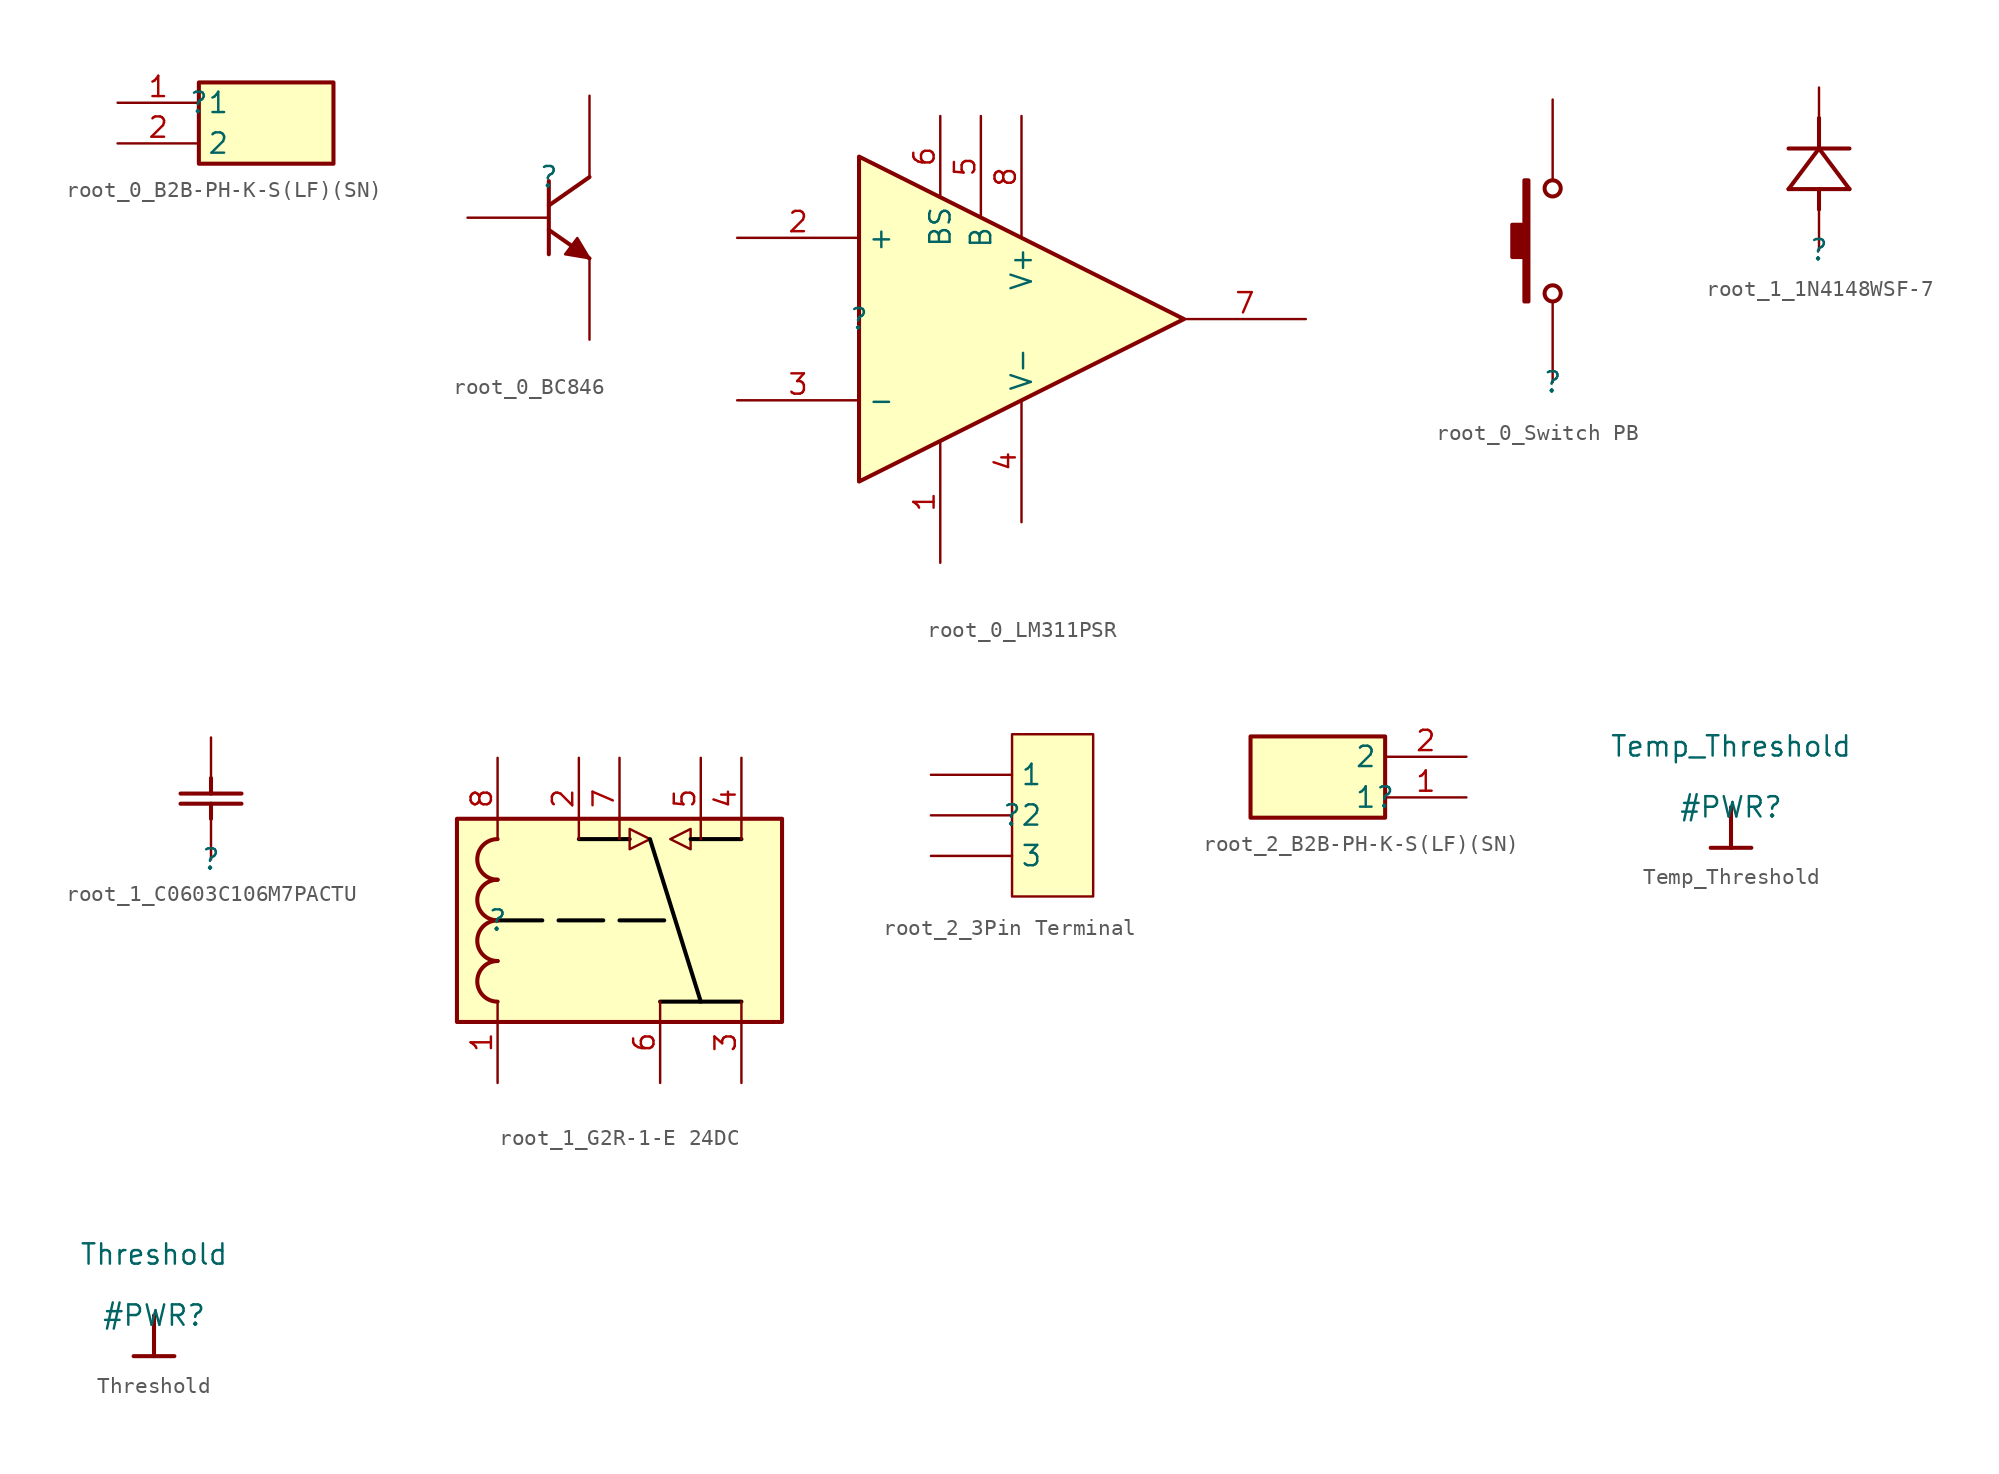
<source format=kicad_sym>
(kicad_symbol_lib
  (version 20220914)
  (generator kicad_symbol_editor)
  (symbol "root_0_B2B-PH-K-S(LF)(SN)"
    (property "Reference" ""
      (at 0 0 0)
      (effects (font (size 1.27 1.27))))
    (property "Value" ""
      (at 0 0 0)
      (effects (font (size 1.27 1.27))))
    (symbol "root_0_B2B-PH-K-S(LF)(SN)_1_0"
      (rectangle (start 8.414 1.27) (end 0 -3.81) (stroke (width 0.254) (type solid)) (fill (type background)))
      (pin passive line (at -5.08 0 0) (length 5.08) (name "1" (effects (font (size 1.27 1.27)))) (number "1" (effects (font (size 1.27 1.27)))))
      (pin passive line (at -5.08 -2.54 0) (length 5.08) (name "2" (effects (font (size 1.27 1.27)))) (number "2" (effects (font (size 1.27 1.27)))))))
  (symbol "root_0_BC846"
    (property "Reference" ""
      (at 0 0 0)
      (effects (font (size 1.27 1.27))))
    (property "Value" ""
      (at 0 0 0)
      (effects (font (size 1.27 1.27))))
    (symbol "root_0_BC846_1_0"
      (polyline (pts (xy 0 -3.302) (xy 2.54 -5.08)) (stroke (width 0.254) (type solid)) (fill (type none)))
      (polyline (pts (xy 0 -0.254) (xy 0 -4.826)) (stroke (width 0.254) (type solid)) (fill (type none)))
      (polyline (pts (xy 2.54 0) (xy 0 -1.778)) (stroke (width 0.254) (type solid)) (fill (type none)))
      (polyline (pts (xy 2.54 -5.08) (xy 1.778 -3.81) (xy 1.016 -4.826) (xy 2.54 -5.08)) (stroke (width 0) (type solid)) (fill (type outline)))
      (pin passive line (at -5.08 -2.54 0) (length 5.08) (name "B" (effects (font (size 0 0)))) (number "1" (effects (font (size 0 0)))))
      (pin passive line (at 2.54 -10.16 90) (length 5.08) (name "E" (effects (font (size 0 0)))) (number "2" (effects (font (size 0 0)))))
      (pin passive line (at 2.54 5.08 270) (length 5.08) (name "C" (effects (font (size 0 0)))) (number "3" (effects (font (size 0 0)))))))
  (symbol "root_0_LM311PSR"
    (property "Reference" ""
      (at 0 0 0)
      (effects (font (size 1.27 1.27))))
    (property "Value" ""
      (at 0 0 0)
      (effects (font (size 1.27 1.27))))
    (symbol "root_0_LM311PSR_1_0"
      (polyline (pts (xy 0 10.16) (xy 0 -10.16) (xy 20.32 0) (xy 0 10.16)) (stroke (width 0.254) (type solid)) (fill (type background)))
      (pin power_in line (at 5.08 -15.24 90) (length 7.62) (name "EMITOUT" (effects (font (size 0 0)))) (number "1" (effects (font (size 1.27 1.27)))))
      (pin input line (at -7.62 5.08 0) (length 7.62) (name "+" (effects (font (size 1.27 1.27)))) (number "2" (effects (font (size 1.27 1.27)))))
      (pin input line (at -7.62 -5.08 0) (length 7.62) (name "-" (effects (font (size 1.27 1.27)))) (number "3" (effects (font (size 1.27 1.27)))))
      (pin power_in line (at 10.16 -12.7 90) (length 7.62) (name "V-" (effects (font (size 1.27 1.27)))) (number "4" (effects (font (size 1.27 1.27)))))
      (pin passive line (at 7.62 12.7 270) (length 6.35) (name "B" (effects (font (size 1.27 1.27)))) (number "5" (effects (font (size 1.27 1.27)))))
      (pin passive line (at 5.08 12.7 270) (length 5.08) (name "BS" (effects (font (size 1.27 1.27)))) (number "6" (effects (font (size 1.27 1.27)))))
      (pin open_collector line (at 27.94 0 180) (length 7.62) (name "COLOUT" (effects (font (size 0 0)))) (number "7" (effects (font (size 1.27 1.27)))))
      (pin power_in line (at 10.16 12.7 270) (length 7.62) (name "V+" (effects (font (size 1.27 1.27)))) (number "8" (effects (font (size 1.27 1.27)))))))
  (symbol "root_0_Switch PB"
    (property "Reference" ""
      (at 0 0 0)
      (effects (font (size 1.27 1.27))))
    (property "Value" ""
      (at 0 0 0)
      (effects (font (size 1.27 1.27))))
    (symbol "root_0_Switch PB_1_0"
      (polyline (pts (xy -1.778 5.08) (xy -1.524 5.08) (xy -1.524 12.7) (xy -1.778 12.7) (xy -1.778 9.906) (xy -2.54 9.906) (xy -2.54 7.874) (xy -1.778 7.874) (xy -1.778 5.08)) (stroke (width 0.254) (type solid)) (fill (type outline)))
      (circle (center 0 5.588) (radius 0.508) (stroke (width 0.254) (type solid)) (fill (type none)))
      (circle (center 0 12.192) (radius 0.508) (stroke (width 0.254) (type solid)) (fill (type none)))
      (pin passive line (at 0 0 90) (length 5.08) (name "1" (effects (font (size 0 0)))) (number "1" (effects (font (size 0 0)))))
      (pin passive line (at 0 17.78 270) (length 5.08) (name "2" (effects (font (size 0 0)))) (number "2" (effects (font (size 0 0)))))))
  (symbol "root_1_1N4148WSF-7"
    (property "Reference" ""
      (at 0 0 0)
      (effects (font (size 1.27 1.27))))
    (property "Value" ""
      (at 0 0 0)
      (effects (font (size 1.27 1.27))))
    (symbol "root_1_1N4148WSF-7_1_0"
      (polyline (pts (xy -1.905 3.81) (xy 1.905 3.81)) (stroke (width 0.254) (type solid)) (fill (type none)))
      (polyline (pts (xy 0 3.81) (xy 0 2.54)) (stroke (width 0.254) (type solid)) (fill (type none)))
      (polyline (pts (xy 0 6.35) (xy -1.905 3.81)) (stroke (width 0.254) (type solid)) (fill (type none)))
      (polyline (pts (xy 0 6.35) (xy 0 8.255)) (stroke (width 0.254) (type solid)) (fill (type none)))
      (polyline (pts (xy 1.905 3.81) (xy 0 6.35)) (stroke (width 0.254) (type solid)) (fill (type none)))
      (polyline (pts (xy 1.905 6.35) (xy -1.905 6.35)) (stroke (width 0.254) (type solid)) (fill (type none)))
      (pin passive line (at 0 10.16 270) (length 2.54) (name "1" (effects (font (size 0 0)))) (number "1" (effects (font (size 0 0)))))
      (pin passive line (at 0 0 90) (length 2.54) (name "2" (effects (font (size 0 0)))) (number "2" (effects (font (size 0 0)))))))
  (symbol "root_1_C0603C106M7PACTU"
    (property "Reference" ""
      (at 0 0 0)
      (effects (font (size 1.27 1.27))))
    (property "Value" ""
      (at 0 0 0)
      (effects (font (size 1.27 1.27))))
    (symbol "root_1_C0603C106M7PACTU_1_0"
      (polyline (pts (xy 0 2.54) (xy 0 3.48)) (stroke (width 0.254) (type solid)) (fill (type none)))
      (polyline (pts (xy 0 4.115) (xy 0 5.08)) (stroke (width 0.254) (type solid)) (fill (type none)))
      (polyline (pts (xy 1.905 3.48) (xy -1.905 3.48)) (stroke (width 0.254) (type solid)) (fill (type none)))
      (polyline (pts (xy 1.905 4.115) (xy -1.905 4.115)) (stroke (width 0.254) (type solid)) (fill (type none)))
      (pin passive line (at 0 0 90) (length 2.54) (name "1" (effects (font (size 0 0)))) (number "1" (effects (font (size 0 0)))))
      (pin passive line (at 0 7.62 270) (length 2.54) (name "2" (effects (font (size 0 0)))) (number "2" (effects (font (size 0 0)))))))
  (symbol "root_1_G2R-1-E 24DC"
    (property "Reference" ""
      (at 0 0 0)
      (effects (font (size 1.27 1.27))))
    (property "Value" ""
      (at 0 0 0)
      (effects (font (size 1.27 1.27))))
    (symbol "root_1_G2R-1-E 24DC_1_0"
      (arc (start 0 -2.54) (mid -1.27 -3.81) (end 0 -5.08) (stroke (width 0.254) (type solid)) (fill (type none)))
      (arc (start 0 0) (mid -1.27 -1.27) (end 0 -2.54) (stroke (width 0.254) (type solid)) (fill (type none)))
      (polyline (pts (xy 0 0) (xy 11.176 0)) (stroke (width 0.254) (type dash) (color 0 0 0 1)) (fill (type none)))
      (polyline (pts (xy 8.255 5.08) (xy 5.08 5.08)) (stroke (width 0.254) (type solid) (color 0 0 0 1)) (fill (type none)))
      (polyline (pts (xy 12.7 -5.08) (xy 9.525 5.08)) (stroke (width 0.254) (type solid) (color 0 0 0 1)) (fill (type none)))
      (polyline (pts (xy 15.24 -5.08) (xy 10.16 -5.08)) (stroke (width 0.254) (type solid) (color 0 0 0 1)) (fill (type none)))
      (polyline (pts (xy 15.24 5.08) (xy 12.065 5.08)) (stroke (width 0.254) (type solid) (color 0 0 0 1)) (fill (type none)))
      (polyline (pts (xy 8.255 4.445) (xy 8.255 5.715) (xy 9.525 5.08) (xy 8.255 4.445)) (stroke (width 0) (type solid)) (fill (type background)))
      (polyline (pts (xy 12.065 5.715) (xy 12.065 4.445) (xy 10.795 5.08) (xy 12.065 5.715)) (stroke (width 0) (type solid)) (fill (type background)))
      (arc (start 0 2.54) (mid -1.27 1.27) (end 0 0) (stroke (width 0.254) (type solid)) (fill (type none)))
      (arc (start 0 5.08) (mid -1.27 3.81) (end 0 2.54) (stroke (width 0.254) (type solid)) (fill (type none)))
      (rectangle (start 17.78 6.35) (end -2.54 -6.35) (stroke (width 0.254) (type solid)) (fill (type background)))
      (pin passive line (at 0 -10.16 90) (length 5.08) (name "1" (effects (font (size 0 0)))) (number "1" (effects (font (size 1.27 1.27)))))
      (pin passive line (at 5.08 10.16 270) (length 5.08) (name "2" (effects (font (size 0 0)))) (number "2" (effects (font (size 1.27 1.27)))))
      (pin passive line (at 15.24 -10.16 90) (length 5.08) (name "3" (effects (font (size 0 0)))) (number "3" (effects (font (size 1.27 1.27)))))
      (pin passive line (at 15.24 10.16 270) (length 5.08) (name "4" (effects (font (size 0 0)))) (number "4" (effects (font (size 1.27 1.27)))))
      (pin passive line (at 12.7 10.16 270) (length 5.08) (name "5" (effects (font (size 0 0)))) (number "5" (effects (font (size 1.27 1.27)))))
      (pin passive line (at 10.16 -10.16 90) (length 5.08) (name "6" (effects (font (size 0 0)))) (number "6" (effects (font (size 1.27 1.27)))))
      (pin passive line (at 7.62 10.16 270) (length 5.08) (name "7" (effects (font (size 0 0)))) (number "7" (effects (font (size 1.27 1.27)))))
      (pin passive line (at 0 10.16 270) (length 5.08) (name "8" (effects (font (size 0 0)))) (number "8" (effects (font (size 1.27 1.27)))))))
  (symbol "root_2_3Pin Terminal"
    (property "Reference" ""
      (at 0 0 0)
      (effects (font (size 1.27 1.27))))
    (property "Value" ""
      (at 0 0 0)
      (effects (font (size 1.27 1.27))))
    (symbol "root_2_3Pin Terminal_1_0"
      (rectangle (start 5.08 5.08) (end 0 -5.08) (stroke (width 0) (type solid)) (fill (type background)))
      (pin passive line (at -5.08 2.54 0) (length 5.08) (name "1" (effects (font (size 1.27 1.27)))) (number "1" (effects (font (size 0 0)))))
      (pin passive line (at -5.08 0 0) (length 5.08) (name "2" (effects (font (size 1.27 1.27)))) (number "2" (effects (font (size 0 0)))))
      (pin passive line (at -5.08 -2.54 0) (length 5.08) (name "3" (effects (font (size 1.27 1.27)))) (number "3" (effects (font (size 0 0)))))))
  (symbol "root_2_B2B-PH-K-S(LF)(SN)"
    (property "Reference" ""
      (at 0 0 0)
      (effects (font (size 1.27 1.27))))
    (property "Value" ""
      (at 0 0 0)
      (effects (font (size 1.27 1.27))))
    (symbol "root_2_B2B-PH-K-S(LF)(SN)_1_0"
      (rectangle (start 0 3.81) (end -8.414 -1.27) (stroke (width 0.254) (type solid)) (fill (type background)))
      (pin passive line (at 5.08 0 180) (length 5.08) (name "1" (effects (font (size 1.27 1.27)))) (number "1" (effects (font (size 1.27 1.27)))))
      (pin passive line (at 5.08 2.54 180) (length 5.08) (name "2" (effects (font (size 1.27 1.27)))) (number "2" (effects (font (size 1.27 1.27)))))))
  (symbol "Temp_Threshold"
    (power)
    (property "Reference" "#PWR"
      (at 0 0 0)
      (effects (font (size 1.27 1.27))))
    (property "Value" "Temp_Threshold"
      (at 0 3.81 0)
      (effects (font (size 1.27 1.27))))
    (symbol "Temp_Threshold_0_0"
      (polyline (pts (xy -1.27 -2.54) (xy 1.27 -2.54)) (stroke (width 0.254) (type solid)) (fill (type none)))
      (polyline (pts (xy 0 0) (xy 0 -2.54)) (stroke (width 0.254) (type solid)) (fill (type none)))
      (pin power_in line (at 0 0 0) (length 0) hide (name "Temp_Threshold" (effects (font (size 1.27 1.27)))) (number "" (effects (font (size 1.27 1.27)))))))
  (symbol "Threshold"
    (power)
    (property "Reference" "#PWR"
      (at 0 0 0)
      (effects (font (size 1.27 1.27))))
    (property "Value" "Threshold"
      (at 0 3.81 0)
      (effects (font (size 1.27 1.27))))
    (symbol "Threshold_0_0"
      (polyline (pts (xy -1.27 -2.54) (xy 1.27 -2.54)) (stroke (width 0.254) (type solid)) (fill (type none)))
      (polyline (pts (xy 0 0) (xy 0 -2.54)) (stroke (width 0.254) (type solid)) (fill (type none)))
      (pin power_in line (at 0 0 0) (length 0) hide (name "Threshold" (effects (font (size 1.27 1.27)))) (number "" (effects (font (size 1.27 1.27))))))))
</source>
